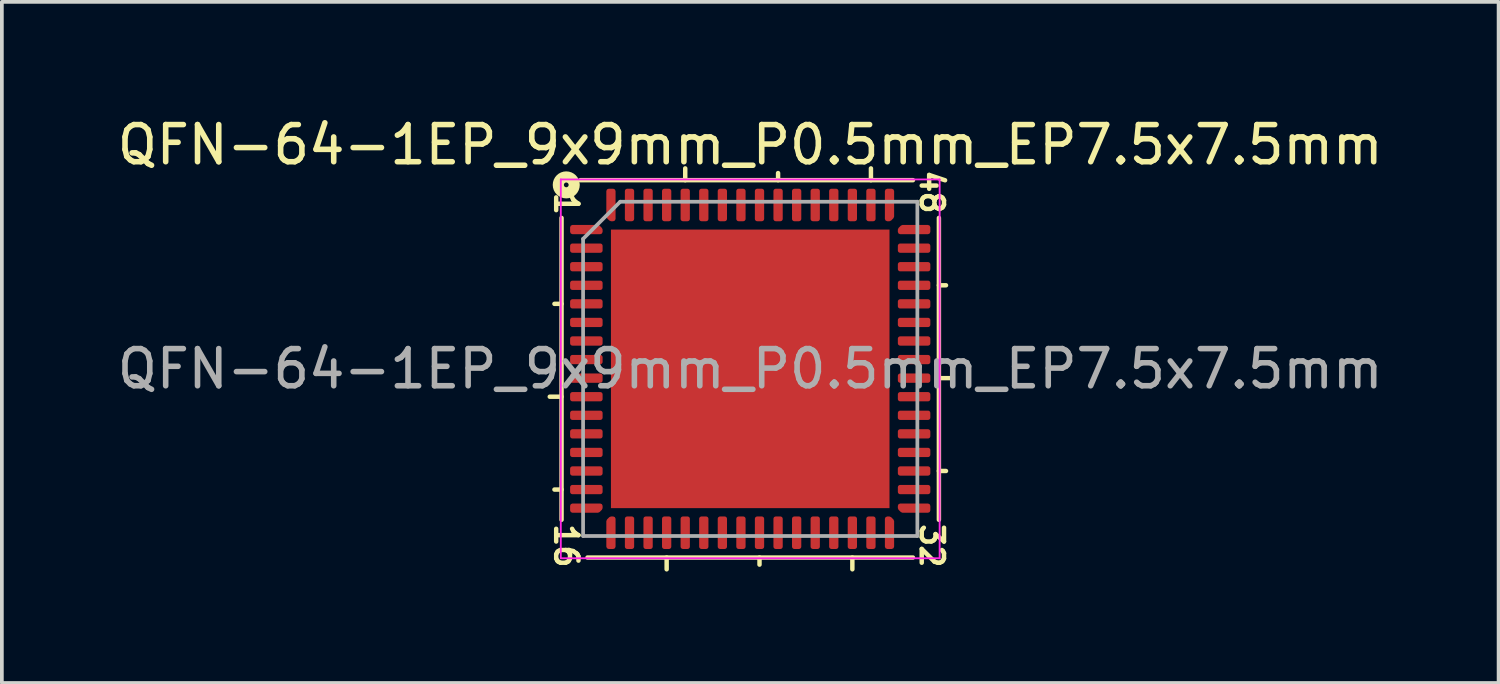
<source format=kicad_pcb>
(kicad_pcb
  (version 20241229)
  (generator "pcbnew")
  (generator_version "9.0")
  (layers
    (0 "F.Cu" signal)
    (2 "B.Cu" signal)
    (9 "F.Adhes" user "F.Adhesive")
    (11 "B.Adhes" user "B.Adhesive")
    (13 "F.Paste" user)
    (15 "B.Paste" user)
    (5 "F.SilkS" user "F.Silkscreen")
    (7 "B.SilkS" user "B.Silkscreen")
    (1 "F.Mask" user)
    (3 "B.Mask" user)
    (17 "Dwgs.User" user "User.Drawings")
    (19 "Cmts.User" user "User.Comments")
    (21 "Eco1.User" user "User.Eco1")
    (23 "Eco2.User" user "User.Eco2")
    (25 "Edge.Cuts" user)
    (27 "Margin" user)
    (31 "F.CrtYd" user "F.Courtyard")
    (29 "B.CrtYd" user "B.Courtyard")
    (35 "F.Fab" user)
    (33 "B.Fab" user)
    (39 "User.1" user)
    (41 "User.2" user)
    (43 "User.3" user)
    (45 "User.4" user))
  (footprint "QFN-64-1EP_9x9mm_P0.5mm_EP7.5x7.5mm"
    (layer "F.Cu")
    (at 17.149 6.881)
    (property "Reference" "QFN-64-1EP_9x9mm_P0.5mm_EP7.5x7.5mm" (at 0 -6.032 0) (layer "F.SilkS") (effects (font (size 1 1) (thickness 0.15))))
    (attr smd)
    (fp_line (start -5.08 -4.064) (end -5.08 4.064) (stroke (width 0.12) (type solid)) (layer "F.SilkS"))
    (fp_line (start -5.08 -1.75) (end -5.271 -1.75) (stroke (width 0.12) (type solid)) (layer "F.SilkS"))
    (fp_line (start -5.08 0.75) (end -5.397 0.75) (stroke (width 0.12) (type solid)) (layer "F.SilkS"))
    (fp_line (start -5.08 3.25) (end -5.271 3.25) (stroke (width 0.12) (type solid)) (layer "F.SilkS"))
    (fp_line (start -4.381 5.08) (end 4.381 5.08) (stroke (width 0.12) (type solid)) (layer "F.SilkS"))
    (fp_line (start -2.25 5.08) (end -2.25 5.397) (stroke (width 0.12) (type solid)) (layer "F.SilkS"))
    (fp_line (start -1.75 -5.08) (end -1.75 -5.397) (stroke (width 0.12) (type solid)) (layer "F.SilkS"))
    (fp_line (start 0.25 5.08) (end 0.25 5.271) (stroke (width 0.12) (type solid)) (layer "F.SilkS"))
    (fp_line (start 0.75 -5.08) (end 0.75 -5.271) (stroke (width 0.12) (type solid)) (layer "F.SilkS"))
    (fp_line (start 2.75 5.08) (end 2.75 5.397) (stroke (width 0.12) (type solid)) (layer "F.SilkS"))
    (fp_line (start 3.25 -5.08) (end 3.25 -5.397) (stroke (width 0.12) (type solid)) (layer "F.SilkS"))
    (fp_line (start 4.381 -5.08) (end -4.572 -5.08) (stroke (width 0.12) (type solid)) (layer "F.SilkS"))
    (fp_line (start 5.08 -2.25) (end 5.271 -2.25) (stroke (width 0.12) (type solid)) (layer "F.SilkS"))
    (fp_line (start 5.08 0.25) (end 5.397 0.25) (stroke (width 0.12) (type solid)) (layer "F.SilkS"))
    (fp_line (start 5.08 2.75) (end 5.271 2.75) (stroke (width 0.12) (type solid)) (layer "F.SilkS"))
    (fp_line (start 5.08 4.064) (end 5.08 -4.064) (stroke (width 0.12) (type solid)) (layer "F.SilkS"))
    (fp_circle (center -4.953 -4.953) (end -4.889 -4.953) (stroke (width 0.3) (type solid)) (fill no) (layer "F.SilkS"))
    (fp_line (start -5.1 -5.1) (end -5.1 5.1) (stroke (width 0.05) (type solid)) (layer "F.CrtYd"))
    (fp_line (start -5.1 5.1) (end 5.1 5.1) (stroke (width 0.05) (type solid)) (layer "F.CrtYd"))
    (fp_line (start 5.1 -5.1) (end -5.1 -5.1) (stroke (width 0.05) (type solid)) (layer "F.CrtYd"))
    (fp_line (start 5.1 5.1) (end 5.1 -5.1) (stroke (width 0.05) (type solid)) (layer "F.CrtYd"))
    (fp_line (start -4.5 -3.5) (end -3.5 -4.5) (stroke (width 0.1) (type solid)) (layer "F.Fab"))
    (fp_line (start -4.5 4.5) (end -4.5 -3.5) (stroke (width 0.1) (type solid)) (layer "F.Fab"))
    (fp_line (start -3.5 -4.5) (end 4.5 -4.5) (stroke (width 0.1) (type solid)) (layer "F.Fab"))
    (fp_line (start 4.5 -4.5) (end 4.5 4.5) (stroke (width 0.1) (type solid)) (layer "F.Fab"))
    (fp_line (start 4.5 4.5) (end -4.5 4.5) (stroke (width 0.1) (type solid)) (layer "F.Fab"))
    (fp_text user "1" (at -4.953 -4.445 270) (unlocked yes) (layer "F.SilkS") (effects (font (size 0.6 0.6) (thickness 0.12))))
    (fp_text user "32" (at 4.889 4.763 270) (unlocked yes) (layer "F.SilkS") (effects (font (size 0.6 0.6) (thickness 0.12))))
    (fp_text user "48" (at 4.889 -4.763 270) (unlocked yes) (layer "F.SilkS") (effects (font (size 0.6 0.6) (thickness 0.12))))
    (fp_text user "16" (at -4.953 4.763 270) (unlocked yes) (layer "F.SilkS") (effects (font (size 0.6 0.6) (thickness 0.12))))
    (fp_text user "${REFERENCE}" (at 0 0 0) (layer "F.Fab") (effects (font (size 1 1) (thickness 0.15))))
    (pad "" smd roundrect (at -3.125 -3.125) (size 1.01 1.01) (layers "F.Paste") (roundrect_rratio 0.248))
    (pad "" smd roundrect (at -3.125 -1.875) (size 1.01 1.01) (layers "F.Paste") (roundrect_rratio 0.248))
    (pad "" smd roundrect (at -3.125 -0.625) (size 1.01 1.01) (layers "F.Paste") (roundrect_rratio 0.248))
    (pad "" smd roundrect (at -3.125 0.625) (size 1.01 1.01) (layers "F.Paste") (roundrect_rratio 0.248))
    (pad "" smd roundrect (at -3.125 1.875) (size 1.01 1.01) (layers "F.Paste") (roundrect_rratio 0.248))
    (pad "" smd roundrect (at -3.125 3.125) (size 1.01 1.01) (layers "F.Paste") (roundrect_rratio 0.248))
    (pad "" smd roundrect (at -1.875 -3.125) (size 1.01 1.01) (layers "F.Paste") (roundrect_rratio 0.248))
    (pad "" smd roundrect (at -1.875 -1.875) (size 1.01 1.01) (layers "F.Paste") (roundrect_rratio 0.248))
    (pad "" smd roundrect (at -1.875 -0.625) (size 1.01 1.01) (layers "F.Paste") (roundrect_rratio 0.248))
    (pad "" smd roundrect (at -1.875 0.625) (size 1.01 1.01) (layers "F.Paste") (roundrect_rratio 0.248))
    (pad "" smd roundrect (at -1.875 1.875) (size 1.01 1.01) (layers "F.Paste") (roundrect_rratio 0.248))
    (pad "" smd roundrect (at -1.875 3.125) (size 1.01 1.01) (layers "F.Paste") (roundrect_rratio 0.248))
    (pad "" smd roundrect (at -0.625 -3.125) (size 1.01 1.01) (layers "F.Paste") (roundrect_rratio 0.248))
    (pad "" smd roundrect (at -0.625 -1.875) (size 1.01 1.01) (layers "F.Paste") (roundrect_rratio 0.248))
    (pad "" smd roundrect (at -0.625 -0.625) (size 1.01 1.01) (layers "F.Paste") (roundrect_rratio 0.248))
    (pad "" smd roundrect (at -0.625 0.625) (size 1.01 1.01) (layers "F.Paste") (roundrect_rratio 0.248))
    (pad "" smd roundrect (at -0.625 1.875) (size 1.01 1.01) (layers "F.Paste") (roundrect_rratio 0.248))
    (pad "" smd roundrect (at -0.625 3.125) (size 1.01 1.01) (layers "F.Paste") (roundrect_rratio 0.248))
    (pad "" smd roundrect (at 0.625 -3.125) (size 1.01 1.01) (layers "F.Paste") (roundrect_rratio 0.248))
    (pad "" smd roundrect (at 0.625 -1.875) (size 1.01 1.01) (layers "F.Paste") (roundrect_rratio 0.248))
    (pad "" smd roundrect (at 0.625 -0.625) (size 1.01 1.01) (layers "F.Paste") (roundrect_rratio 0.248))
    (pad "" smd roundrect (at 0.625 0.625) (size 1.01 1.01) (layers "F.Paste") (roundrect_rratio 0.248))
    (pad "" smd roundrect (at 0.625 1.875) (size 1.01 1.01) (layers "F.Paste") (roundrect_rratio 0.248))
    (pad "" smd roundrect (at 0.625 3.125) (size 1.01 1.01) (layers "F.Paste") (roundrect_rratio 0.248))
    (pad "" smd roundrect (at 1.875 -3.125) (size 1.01 1.01) (layers "F.Paste") (roundrect_rratio 0.248))
    (pad "" smd roundrect (at 1.875 -1.875) (size 1.01 1.01) (layers "F.Paste") (roundrect_rratio 0.248))
    (pad "" smd roundrect (at 1.875 -0.625) (size 1.01 1.01) (layers "F.Paste") (roundrect_rratio 0.248))
    (pad "" smd roundrect (at 1.875 0.625) (size 1.01 1.01) (layers "F.Paste") (roundrect_rratio 0.248))
    (pad "" smd roundrect (at 1.875 1.875) (size 1.01 1.01) (layers "F.Paste") (roundrect_rratio 0.248))
    (pad "" smd roundrect (at 1.875 3.125) (size 1.01 1.01) (layers "F.Paste") (roundrect_rratio 0.248))
    (pad "" smd roundrect (at 3.125 -3.125) (size 1.01 1.01) (layers "F.Paste") (roundrect_rratio 0.248))
    (pad "" smd roundrect (at 3.125 -1.875) (size 1.01 1.01) (layers "F.Paste") (roundrect_rratio 0.248))
    (pad "" smd roundrect (at 3.125 -0.625) (size 1.01 1.01) (layers "F.Paste") (roundrect_rratio 0.248))
    (pad "" smd roundrect (at 3.125 0.625) (size 1.01 1.01) (layers "F.Paste") (roundrect_rratio 0.248))
    (pad "" smd roundrect (at 3.125 1.875) (size 1.01 1.01) (layers "F.Paste") (roundrect_rratio 0.248))
    (pad "" smd roundrect (at 3.125 3.125) (size 1.01 1.01) (layers "F.Paste") (roundrect_rratio 0.248))
    (pad "1" smd custom (at -4.412 -3.75) (size 0.179 0.179) (layers "F.Cu" "F.Mask" "F.Paste") (options (anchor circle)) (primitives (gr_poly (pts (xy 0.375 0.001) (xy 0.375 0.062) (xy -0.375 0.062) (xy -0.375 -0.062) (xy 0.312 -0.062)) (width 0.125) (fill yes))))
    (pad "2" smd roundrect (at -4.412 -3.25) (size 0.875 0.25) (layers "F.Cu" "F.Mask" "F.Paste") (roundrect_rratio 0.25))
    (pad "3" smd roundrect (at -4.412 -2.75) (size 0.875 0.25) (layers "F.Cu" "F.Mask" "F.Paste") (roundrect_rratio 0.25))
    (pad "4" smd roundrect (at -4.412 -2.25) (size 0.875 0.25) (layers "F.Cu" "F.Mask" "F.Paste") (roundrect_rratio 0.25))
    (pad "5" smd roundrect (at -4.412 -1.75) (size 0.875 0.25) (layers "F.Cu" "F.Mask" "F.Paste") (roundrect_rratio 0.25))
    (pad "6" smd roundrect (at -4.412 -1.25) (size 0.875 0.25) (layers "F.Cu" "F.Mask" "F.Paste") (roundrect_rratio 0.25))
    (pad "7" smd roundrect (at -4.412 -0.75) (size 0.875 0.25) (layers "F.Cu" "F.Mask" "F.Paste") (roundrect_rratio 0.25))
    (pad "8" smd roundrect (at -4.412 -0.25) (size 0.875 0.25) (layers "F.Cu" "F.Mask" "F.Paste") (roundrect_rratio 0.25))
    (pad "9" smd roundrect (at -4.412 0.25) (size 0.875 0.25) (layers "F.Cu" "F.Mask" "F.Paste") (roundrect_rratio 0.25))
    (pad "10" smd roundrect (at -4.412 0.75) (size 0.875 0.25) (layers "F.Cu" "F.Mask" "F.Paste") (roundrect_rratio 0.25))
    (pad "11" smd roundrect (at -4.412 1.25) (size 0.875 0.25) (layers "F.Cu" "F.Mask" "F.Paste") (roundrect_rratio 0.25))
    (pad "12" smd roundrect (at -4.412 1.75) (size 0.875 0.25) (layers "F.Cu" "F.Mask" "F.Paste") (roundrect_rratio 0.25))
    (pad "13" smd roundrect (at -4.412 2.25) (size 0.875 0.25) (layers "F.Cu" "F.Mask" "F.Paste") (roundrect_rratio 0.25))
    (pad "14" smd roundrect (at -4.412 2.75) (size 0.875 0.25) (layers "F.Cu" "F.Mask" "F.Paste") (roundrect_rratio 0.25))
    (pad "15" smd roundrect (at -4.412 3.25) (size 0.875 0.25) (layers "F.Cu" "F.Mask" "F.Paste") (roundrect_rratio 0.25))
    (pad "16" smd custom (at -4.412 3.75) (size 0.179 0.179) (layers "F.Cu" "F.Mask" "F.Paste") (options (anchor circle)) (primitives (gr_poly (pts (xy 0.375 -0.001) (xy 0.312 0.062) (xy -0.375 0.062) (xy -0.375 -0.062) (xy 0.375 -0.062)) (width 0.125) (fill yes))))
    (pad "17" smd custom (at -3.75 4.412) (size 0.179 0.179) (layers "F.Cu" "F.Mask" "F.Paste") (options (anchor circle)) (primitives (gr_poly (pts (xy 0.062 0.375) (xy -0.062 0.375) (xy -0.062 -0.312) (xy 0.001 -0.375) (xy 0.062 -0.375)) (width 0.125) (fill yes))))
    (pad "18" smd roundrect (at -3.25 4.412) (size 0.25 0.875) (layers "F.Cu" "F.Mask" "F.Paste") (roundrect_rratio 0.25))
    (pad "19" smd roundrect (at -2.75 4.412) (size 0.25 0.875) (layers "F.Cu" "F.Mask" "F.Paste") (roundrect_rratio 0.25))
    (pad "20" smd roundrect (at -2.25 4.412) (size 0.25 0.875) (layers "F.Cu" "F.Mask" "F.Paste") (roundrect_rratio 0.25))
    (pad "21" smd roundrect (at -1.75 4.412) (size 0.25 0.875) (layers "F.Cu" "F.Mask" "F.Paste") (roundrect_rratio 0.25))
    (pad "22" smd roundrect (at -1.25 4.412) (size 0.25 0.875) (layers "F.Cu" "F.Mask" "F.Paste") (roundrect_rratio 0.25))
    (pad "23" smd roundrect (at -0.75 4.412) (size 0.25 0.875) (layers "F.Cu" "F.Mask" "F.Paste") (roundrect_rratio 0.25))
    (pad "24" smd roundrect (at -0.25 4.412) (size 0.25 0.875) (layers "F.Cu" "F.Mask" "F.Paste") (roundrect_rratio 0.25))
    (pad "25" smd roundrect (at 0.25 4.412) (size 0.25 0.875) (layers "F.Cu" "F.Mask" "F.Paste") (roundrect_rratio 0.25))
    (pad "26" smd roundrect (at 0.75 4.412) (size 0.25 0.875) (layers "F.Cu" "F.Mask" "F.Paste") (roundrect_rratio 0.25))
    (pad "27" smd roundrect (at 1.25 4.412) (size 0.25 0.875) (layers "F.Cu" "F.Mask" "F.Paste") (roundrect_rratio 0.25))
    (pad "28" smd roundrect (at 1.75 4.412) (size 0.25 0.875) (layers "F.Cu" "F.Mask" "F.Paste") (roundrect_rratio 0.25))
    (pad "29" smd roundrect (at 2.25 4.412) (size 0.25 0.875) (layers "F.Cu" "F.Mask" "F.Paste") (roundrect_rratio 0.25))
    (pad "30" smd roundrect (at 2.75 4.412) (size 0.25 0.875) (layers "F.Cu" "F.Mask" "F.Paste") (roundrect_rratio 0.25))
    (pad "31" smd roundrect (at 3.25 4.412) (size 0.25 0.875) (layers "F.Cu" "F.Mask" "F.Paste") (roundrect_rratio 0.25))
    (pad "32" smd custom (at 3.75 4.412) (size 0.179 0.179) (layers "F.Cu" "F.Mask" "F.Paste") (options (anchor circle)) (primitives (gr_poly (pts (xy 0.062 -0.312) (xy 0.062 0.375) (xy -0.062 0.375) (xy -0.062 -0.375) (xy -0.001 -0.375)) (width 0.125) (fill yes))))
    (pad "33" smd custom (at 4.412 3.75) (size 0.179 0.179) (layers "F.Cu" "F.Mask" "F.Paste") (options (anchor circle)) (primitives (gr_poly (pts (xy 0.375 0.062) (xy -0.312 0.062) (xy -0.375 -0.001) (xy -0.375 -0.062) (xy 0.375 -0.062)) (width 0.125) (fill yes))))
    (pad "34" smd roundrect (at 4.412 3.25) (size 0.875 0.25) (layers "F.Cu" "F.Mask" "F.Paste") (roundrect_rratio 0.25))
    (pad "35" smd roundrect (at 4.412 2.75) (size 0.875 0.25) (layers "F.Cu" "F.Mask" "F.Paste") (roundrect_rratio 0.25))
    (pad "36" smd roundrect (at 4.412 2.25) (size 0.875 0.25) (layers "F.Cu" "F.Mask" "F.Paste") (roundrect_rratio 0.25))
    (pad "37" smd roundrect (at 4.412 1.75) (size 0.875 0.25) (layers "F.Cu" "F.Mask" "F.Paste") (roundrect_rratio 0.25))
    (pad "38" smd roundrect (at 4.412 1.25) (size 0.875 0.25) (layers "F.Cu" "F.Mask" "F.Paste") (roundrect_rratio 0.25))
    (pad "39" smd roundrect (at 4.412 0.75) (size 0.875 0.25) (layers "F.Cu" "F.Mask" "F.Paste") (roundrect_rratio 0.25))
    (pad "40" smd roundrect (at 4.412 0.25) (size 0.875 0.25) (layers "F.Cu" "F.Mask" "F.Paste") (roundrect_rratio 0.25))
    (pad "41" smd roundrect (at 4.412 -0.25) (size 0.875 0.25) (layers "F.Cu" "F.Mask" "F.Paste") (roundrect_rratio 0.25))
    (pad "42" smd roundrect (at 4.412 -0.75) (size 0.875 0.25) (layers "F.Cu" "F.Mask" "F.Paste") (roundrect_rratio 0.25))
    (pad "43" smd roundrect (at 4.412 -1.25) (size 0.875 0.25) (layers "F.Cu" "F.Mask" "F.Paste") (roundrect_rratio 0.25))
    (pad "44" smd roundrect (at 4.412 -1.75) (size 0.875 0.25) (layers "F.Cu" "F.Mask" "F.Paste") (roundrect_rratio 0.25))
    (pad "45" smd roundrect (at 4.412 -2.25) (size 0.875 0.25) (layers "F.Cu" "F.Mask" "F.Paste") (roundrect_rratio 0.25))
    (pad "46" smd roundrect (at 4.412 -2.75) (size 0.875 0.25) (layers "F.Cu" "F.Mask" "F.Paste") (roundrect_rratio 0.25))
    (pad "47" smd roundrect (at 4.412 -3.25) (size 0.875 0.25) (layers "F.Cu" "F.Mask" "F.Paste") (roundrect_rratio 0.25))
    (pad "48" smd custom (at 4.412 -3.75) (size 0.179 0.179) (layers "F.Cu" "F.Mask" "F.Paste") (options (anchor circle)) (primitives (gr_poly (pts (xy 0.375 0.062) (xy -0.375 0.062) (xy -0.375 0.001) (xy -0.312 -0.062) (xy 0.375 -0.062)) (width 0.125) (fill yes))))
    (pad "49" smd custom (at 3.75 -4.412) (size 0.179 0.179) (layers "F.Cu" "F.Mask" "F.Paste") (options (anchor circle)) (primitives (gr_poly (pts (xy 0.062 0.312) (xy -0.001 0.375) (xy -0.062 0.375) (xy -0.062 -0.375) (xy 0.062 -0.375)) (width 0.125) (fill yes))))
    (pad "50" smd roundrect (at 3.25 -4.412) (size 0.25 0.875) (layers "F.Cu" "F.Mask" "F.Paste") (roundrect_rratio 0.25))
    (pad "51" smd roundrect (at 2.75 -4.412) (size 0.25 0.875) (layers "F.Cu" "F.Mask" "F.Paste") (roundrect_rratio 0.25))
    (pad "52" smd roundrect (at 2.25 -4.412) (size 0.25 0.875) (layers "F.Cu" "F.Mask" "F.Paste") (roundrect_rratio 0.25))
    (pad "53" smd roundrect (at 1.75 -4.412) (size 0.25 0.875) (layers "F.Cu" "F.Mask" "F.Paste") (roundrect_rratio 0.25))
    (pad "54" smd roundrect (at 1.25 -4.412) (size 0.25 0.875) (layers "F.Cu" "F.Mask" "F.Paste") (roundrect_rratio 0.25))
    (pad "55" smd roundrect (at 0.75 -4.412) (size 0.25 0.875) (layers "F.Cu" "F.Mask" "F.Paste") (roundrect_rratio 0.25))
    (pad "56" smd roundrect (at 0.25 -4.412) (size 0.25 0.875) (layers "F.Cu" "F.Mask" "F.Paste") (roundrect_rratio 0.25))
    (pad "57" smd roundrect (at -0.25 -4.412) (size 0.25 0.875) (layers "F.Cu" "F.Mask" "F.Paste") (roundrect_rratio 0.25))
    (pad "58" smd roundrect (at -0.75 -4.412) (size 0.25 0.875) (layers "F.Cu" "F.Mask" "F.Paste") (roundrect_rratio 0.25))
    (pad "59" smd roundrect (at -1.25 -4.412) (size 0.25 0.875) (layers "F.Cu" "F.Mask" "F.Paste") (roundrect_rratio 0.25))
    (pad "60" smd roundrect (at -1.75 -4.412) (size 0.25 0.875) (layers "F.Cu" "F.Mask" "F.Paste") (roundrect_rratio 0.25))
    (pad "61" smd roundrect (at -2.25 -4.412) (size 0.25 0.875) (layers "F.Cu" "F.Mask" "F.Paste") (roundrect_rratio 0.25))
    (pad "62" smd roundrect (at -2.75 -4.412) (size 0.25 0.875) (layers "F.Cu" "F.Mask" "F.Paste") (roundrect_rratio 0.25))
    (pad "63" smd roundrect (at -3.25 -4.412) (size 0.25 0.875) (layers "F.Cu" "F.Mask" "F.Paste") (roundrect_rratio 0.25))
    (pad "64" smd custom (at -3.75 -4.412) (size 0.179 0.179) (layers "F.Cu" "F.Mask" "F.Paste") (options (anchor circle)) (primitives (gr_poly (pts (xy 0.062 0.375) (xy 0.001 0.375) (xy -0.062 0.312) (xy -0.062 -0.375) (xy 0.062 -0.375)) (width 0.125) (fill yes))))
    (pad "65" smd rect (at 0 0) (size 7.5 7.5) (layers "F.Cu" "F.Mask")))
  (gr_rect
    (start -3 -3)
    (end 37.298 15.338)
    (stroke (width 0.1) (type default))
    (fill no)
    (layer "Edge.Cuts")))
</source>
